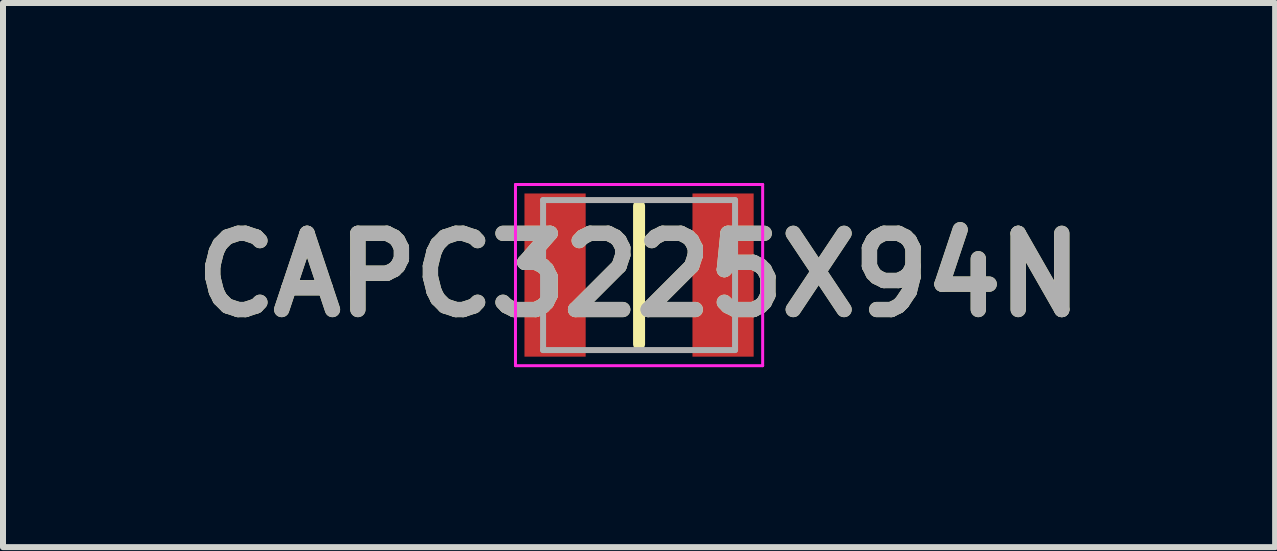
<source format=kicad_pcb>
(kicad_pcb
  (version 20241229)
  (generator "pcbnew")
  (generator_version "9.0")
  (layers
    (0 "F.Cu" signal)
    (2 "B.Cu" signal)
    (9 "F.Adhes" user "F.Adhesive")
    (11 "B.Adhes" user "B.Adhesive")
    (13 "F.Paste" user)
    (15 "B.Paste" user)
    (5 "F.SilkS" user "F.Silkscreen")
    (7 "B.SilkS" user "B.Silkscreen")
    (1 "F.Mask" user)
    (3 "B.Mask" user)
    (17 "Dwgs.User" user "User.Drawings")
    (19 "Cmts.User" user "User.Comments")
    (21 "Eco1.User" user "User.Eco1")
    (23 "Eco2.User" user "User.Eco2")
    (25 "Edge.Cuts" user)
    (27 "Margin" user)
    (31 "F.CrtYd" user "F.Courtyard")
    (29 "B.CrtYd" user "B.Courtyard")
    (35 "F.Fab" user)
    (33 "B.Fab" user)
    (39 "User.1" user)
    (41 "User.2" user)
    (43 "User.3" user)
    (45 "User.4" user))
  (footprint "CAPC3225X94N"
    (layer "F.Cu")
    (at 7.602 1.535)
    (property "Reference" "CAPC3225X94N" (at 0 0 0) (layer "F.SilkS") (effects (font (size 1.27 1.27) (thickness 0.254))))
    (attr smd)
    (fp_line (start 0 -1.15) (end 0 1.15) (stroke (width 0.2) (type solid)) (layer "F.SilkS"))
    (fp_line (start -2.06 -1.51) (end 2.06 -1.51) (stroke (width 0.05) (type solid)) (layer "F.CrtYd"))
    (fp_line (start -2.06 1.51) (end -2.06 -1.51) (stroke (width 0.05) (type solid)) (layer "F.CrtYd"))
    (fp_line (start 2.06 -1.51) (end 2.06 1.51) (stroke (width 0.05) (type solid)) (layer "F.CrtYd"))
    (fp_line (start 2.06 1.51) (end -2.06 1.51) (stroke (width 0.05) (type solid)) (layer "F.CrtYd"))
    (fp_line (start -1.6 -1.25) (end 1.6 -1.25) (stroke (width 0.1) (type solid)) (layer "F.Fab"))
    (fp_line (start -1.6 1.25) (end -1.6 -1.25) (stroke (width 0.1) (type solid)) (layer "F.Fab"))
    (fp_line (start 1.6 -1.25) (end 1.6 1.25) (stroke (width 0.1) (type solid)) (layer "F.Fab"))
    (fp_line (start 1.6 1.25) (end -1.6 1.25) (stroke (width 0.1) (type solid)) (layer "F.Fab"))
    (fp_text user "${REFERENCE}" (at 0 0 0) (layer "F.Fab") (effects (font (size 1.27 1.27) (thickness 0.254))))
    (pad "1" smd rect (at -1.4 0) (size 1.02 2.72) (layers "F.Cu" "F.Mask" "F.Paste"))
    (pad "2" smd rect (at 1.4 0) (size 1.02 2.72) (layers "F.Cu" "F.Mask" "F.Paste")))
  (gr_rect
    (start -3 -3)
    (end 18.204 6.07)
    (stroke (width 0.1) (type default))
    (fill no)
    (layer "Edge.Cuts")))
</source>
